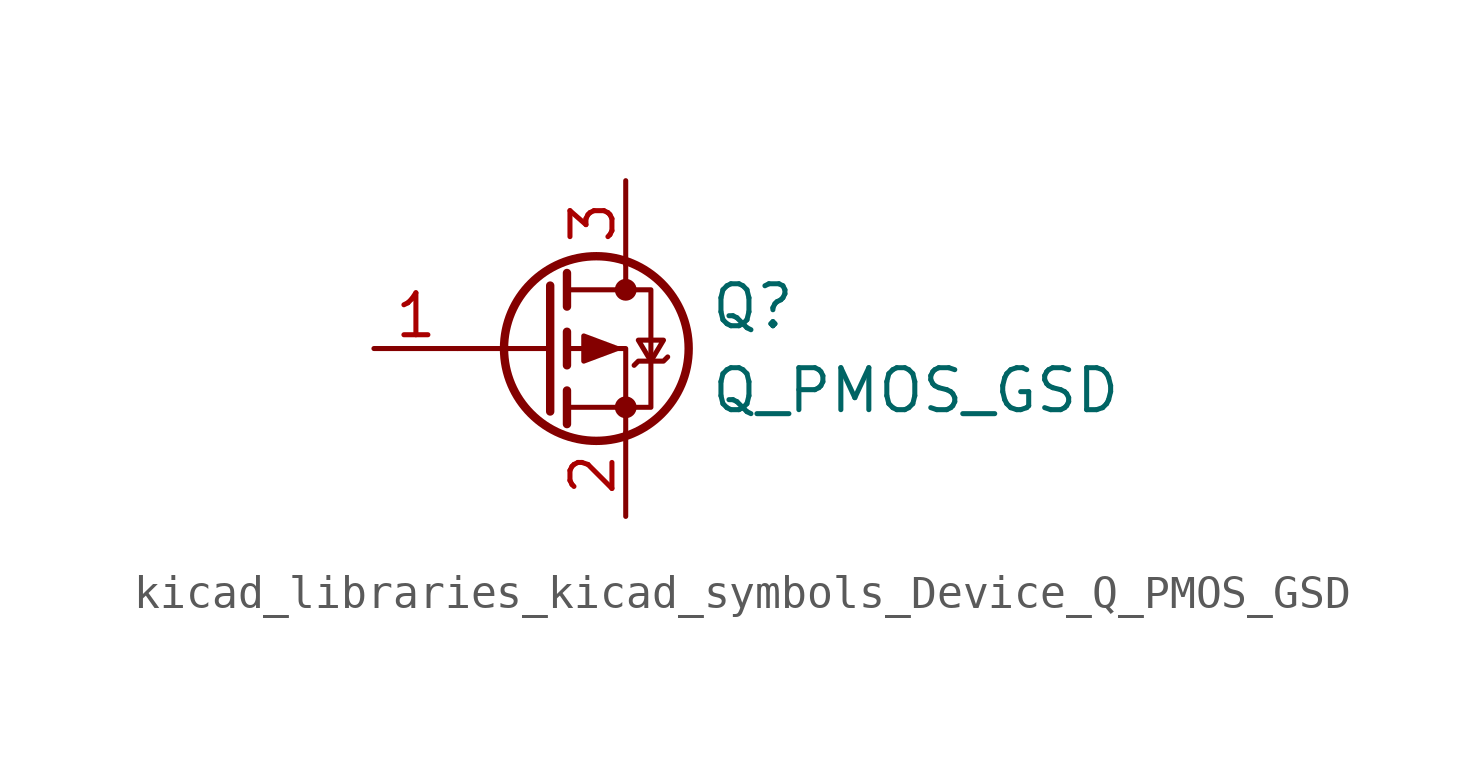
<source format=kicad_sym>
(kicad_symbol_lib
  (version 20220914)
  (generator kicad_symbol_editor)
  (symbol "kicad_libraries_kicad_symbols_Device_Q_PMOS_GSD"
    (pin_names
      (offset 0) hide)
    (property "Reference" "Q"
      (at 5.08 1.27 0)
      (effects (font (size 1.27 1.27)) (justify left)))
    (property "Value" "Q_PMOS_GSD"
      (at 5.08 -1.27 0)
      (effects (font (size 1.27 1.27)) (justify left)))
    (symbol "kicad_libraries_kicad_symbols_Device_Q_PMOS_GSD_0_1"
      (polyline (pts (xy 0.254 0) (xy -2.54 0)) (stroke (width 0) (type default)) (fill (type none)))
      (polyline (pts (xy 0.254 1.905) (xy 0.254 -1.905)) (stroke (width 0.254) (type default)) (fill (type none)))
      (polyline (pts (xy 0.762 -1.27) (xy 0.762 -2.286)) (stroke (width 0.254) (type default)) (fill (type none)))
      (polyline (pts (xy 0.762 0.508) (xy 0.762 -0.508)) (stroke (width 0.254) (type default)) (fill (type none)))
      (polyline (pts (xy 0.762 2.286) (xy 0.762 1.27)) (stroke (width 0.254) (type default)) (fill (type none)))
      (polyline (pts (xy 2.54 2.54) (xy 2.54 1.778)) (stroke (width 0) (type default)) (fill (type none)))
      (polyline (pts (xy 2.54 -2.54) (xy 2.54 0) (xy 0.762 0)) (stroke (width 0) (type default)) (fill (type none)))
      (polyline (pts (xy 0.762 1.778) (xy 3.302 1.778) (xy 3.302 -1.778) (xy 0.762 -1.778)) (stroke (width 0) (type default)) (fill (type none)))
      (polyline (pts (xy 2.286 0) (xy 1.27 0.381) (xy 1.27 -0.381) (xy 2.286 0)) (stroke (width 0) (type default)) (fill (type outline)))
      (polyline (pts (xy 2.794 -0.508) (xy 2.921 -0.381) (xy 3.683 -0.381) (xy 3.81 -0.254)) (stroke (width 0) (type default)) (fill (type none)))
      (polyline (pts (xy 3.302 -0.381) (xy 2.921 0.254) (xy 3.683 0.254) (xy 3.302 -0.381)) (stroke (width 0) (type default)) (fill (type none)))
      (circle (center 1.651 0) (radius 2.794) (stroke (width 0.254) (type default)) (fill (type none)))
      (circle (center 2.54 -1.778) (radius 0.254) (stroke (width 0) (type default)) (fill (type outline)))
      (circle (center 2.54 1.778) (radius 0.254) (stroke (width 0) (type default)) (fill (type outline))))
    (symbol "kicad_libraries_kicad_symbols_Device_Q_PMOS_GSD_1_1"
      (pin input line (at -5.08 0 0) (length 2.54) (name "G" (effects (font (size 1.27 1.27)))) (number "1" (effects (font (size 1.27 1.27)))))
      (pin passive line (at 2.54 -5.08 90) (length 2.54) (name "S" (effects (font (size 1.27 1.27)))) (number "2" (effects (font (size 1.27 1.27)))))
      (pin passive line (at 2.54 5.08 270) (length 2.54) (name "D" (effects (font (size 1.27 1.27)))) (number "3" (effects (font (size 1.27 1.27))))))))
</source>
